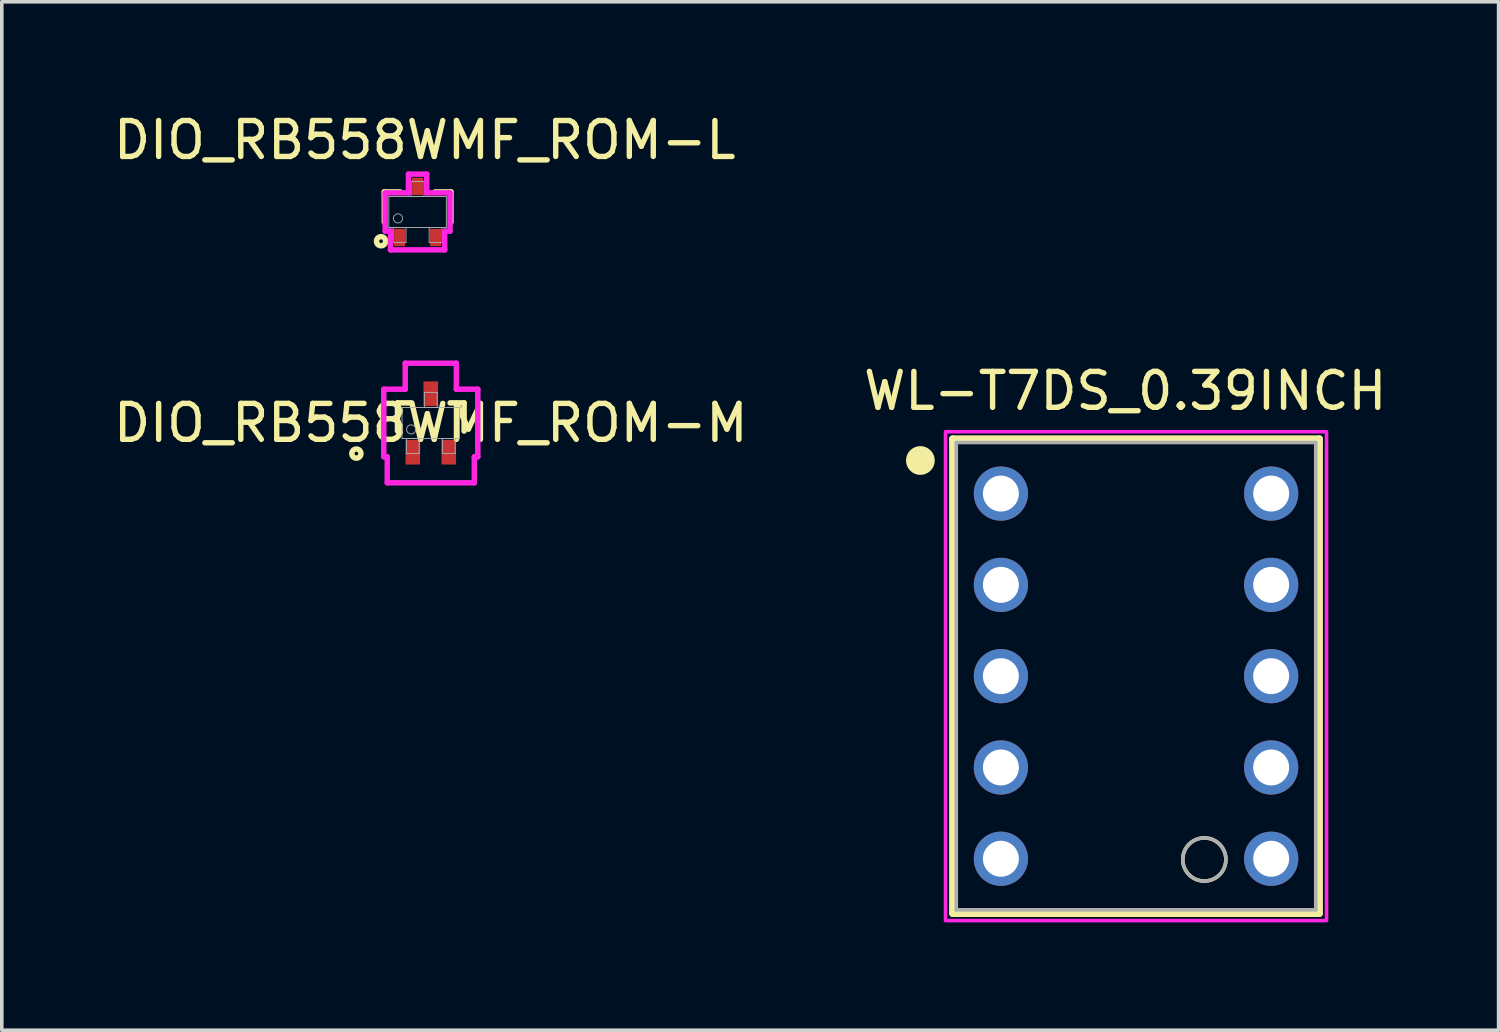
<source format=kicad_pcb>
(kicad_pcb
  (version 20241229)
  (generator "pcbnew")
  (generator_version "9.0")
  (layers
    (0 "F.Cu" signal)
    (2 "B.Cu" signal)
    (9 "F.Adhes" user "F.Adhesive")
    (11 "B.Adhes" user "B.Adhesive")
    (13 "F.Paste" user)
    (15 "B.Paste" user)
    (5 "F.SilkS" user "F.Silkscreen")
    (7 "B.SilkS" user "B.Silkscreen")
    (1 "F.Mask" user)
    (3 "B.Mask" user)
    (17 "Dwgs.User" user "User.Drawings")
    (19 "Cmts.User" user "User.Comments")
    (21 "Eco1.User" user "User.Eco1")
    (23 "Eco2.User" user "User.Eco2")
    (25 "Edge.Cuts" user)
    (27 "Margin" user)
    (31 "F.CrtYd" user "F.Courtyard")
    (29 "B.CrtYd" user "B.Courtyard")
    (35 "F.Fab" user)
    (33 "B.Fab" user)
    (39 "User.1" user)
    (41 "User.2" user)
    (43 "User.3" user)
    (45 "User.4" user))
  (footprint "WL-T7DS_0.39INCH"
    (layer "F.Cu")
    (at 28.556 15.762)
    (property "Reference" "WL-T7DS_0.39INCH" (at -0.3 -7.935 0) (layer "F.SilkS") (effects (font (size 1 1) (thickness 0.15))))
    (attr through_hole)
    (fp_line (start -5.1 -6.6) (end 5.1 -6.6) (stroke (width 0.2) (type solid)) (layer "F.SilkS"))
    (fp_line (start -5.1 6.6) (end -5.1 -6.6) (stroke (width 0.2) (type solid)) (layer "F.SilkS"))
    (fp_line (start 5.1 -6.6) (end 5.1 6.6) (stroke (width 0.2) (type solid)) (layer "F.SilkS"))
    (fp_line (start 5.1 6.6) (end -5.1 6.6) (stroke (width 0.2) (type solid)) (layer "F.SilkS"))
    (fp_circle (center -6 -6) (end -5.8 -6) (stroke (width 0.4) (type solid)) (fill no) (layer "F.SilkS"))
    (fp_circle (center 1.9 5.1) (end 2.5 5.1) (stroke (width 0.1) (type solid)) (fill no) (layer "F.SilkS"))
    (fp_poly (pts (xy 5.3 6.8) (xy -5.3 6.8) (xy -5.3 -6.8) (xy 5.3 -6.8)) (stroke (width 0.1) (type solid)) (fill no) (layer "F.CrtYd"))
    (fp_line (start -5 -6.5) (end 5 -6.5) (stroke (width 0.1) (type solid)) (layer "F.Fab"))
    (fp_line (start -5 6.5) (end -5 -6.5) (stroke (width 0.1) (type solid)) (layer "F.Fab"))
    (fp_line (start 5 -6.5) (end 5 6.5) (stroke (width 0.1) (type solid)) (layer "F.Fab"))
    (fp_line (start 5 6.5) (end -5 6.5) (stroke (width 0.1) (type solid)) (layer "F.Fab"))
    (fp_circle (center 1.9 5.1) (end 2.5 5.1) (stroke (width 0.1) (type solid)) (fill no) (layer "F.Fab"))
    (pad "1" thru_hole circle (at -3.76 -5.08) (size 1.508 1.508) (drill 1) (layers "*.Cu" "*.Mask"))
    (pad "2" thru_hole circle (at -3.76 -2.54) (size 1.508 1.508) (drill 1) (layers "*.Cu" "*.Mask"))
    (pad "3" thru_hole circle (at -3.76 0) (size 1.508 1.508) (drill 1) (layers "*.Cu" "*.Mask"))
    (pad "4" thru_hole circle (at -3.76 2.54) (size 1.508 1.508) (drill 1) (layers "*.Cu" "*.Mask"))
    (pad "5" thru_hole circle (at -3.76 5.08) (size 1.508 1.508) (drill 1) (layers "*.Cu" "*.Mask"))
    (pad "6" thru_hole circle (at 3.76 5.08) (size 1.508 1.508) (drill 1) (layers "*.Cu" "*.Mask"))
    (pad "7" thru_hole circle (at 3.76 2.54) (size 1.508 1.508) (drill 1) (layers "*.Cu" "*.Mask"))
    (pad "8" thru_hole circle (at 3.76 0) (size 1.508 1.508) (drill 1) (layers "*.Cu" "*.Mask"))
    (pad "9" thru_hole circle (at 3.76 -2.54) (size 1.508 1.508) (drill 1) (layers "*.Cu" "*.Mask"))
    (pad "10" thru_hole circle (at 3.76 -5.08) (size 1.508 1.508) (drill 1) (layers "*.Cu" "*.Mask")))
  (footprint "DIO_RB558WMF_ROM-M"
    (layer "F.Cu")
    (at 8.935 8.718)
    (property "Reference" "DIO_RB558WMF_ROM-M" (at 0 0 0) (unlocked yes) (layer "F.SilkS") (effects (font (size 1 1) (thickness 0.15))))
    (attr smd)
    (fp_line (start -0.927 -0.559) (end -0.927 0.224) (stroke (width 0.152) (type solid)) (layer "F.SilkS"))
    (fp_line (start -0.536 -0.559) (end -0.927 -0.559) (stroke (width 0.152) (type solid)) (layer "F.SilkS"))
    (fp_line (start 0.927 -0.559) (end 0.536 -0.559) (stroke (width 0.152) (type solid)) (layer "F.SilkS"))
    (fp_line (start 0.927 0.224) (end 0.927 -0.559) (stroke (width 0.152) (type solid)) (layer "F.SilkS"))
    (fp_circle (center -2.07 0.851) (end -1.943 0.851) (stroke (width 0.152) (type solid)) (fill no) (layer "F.SilkS"))
    (fp_line (start -1.308 -0.94) (end -0.711 -0.94) (stroke (width 0.152) (type solid)) (layer "F.CrtYd"))
    (fp_line (start -1.308 0.94) (end -1.308 -0.94) (stroke (width 0.152) (type solid)) (layer "F.CrtYd"))
    (fp_line (start -1.308 0.94) (end -1.211 0.94) (stroke (width 0.152) (type solid)) (layer "F.CrtYd"))
    (fp_line (start -1.211 0.94) (end -1.211 1.664) (stroke (width 0.152) (type solid)) (layer "F.CrtYd"))
    (fp_line (start -1.211 1.664) (end 1.211 1.664) (stroke (width 0.152) (type solid)) (layer "F.CrtYd"))
    (fp_line (start -0.711 -1.664) (end 0.711 -1.664) (stroke (width 0.152) (type solid)) (layer "F.CrtYd"))
    (fp_line (start -0.711 -0.94) (end -0.711 -1.664) (stroke (width 0.152) (type solid)) (layer "F.CrtYd"))
    (fp_line (start 0.711 -0.94) (end 0.711 -1.664) (stroke (width 0.152) (type solid)) (layer "F.CrtYd"))
    (fp_line (start 1.211 0.94) (end 1.211 1.664) (stroke (width 0.152) (type solid)) (layer "F.CrtYd"))
    (fp_line (start 1.308 -0.94) (end 0.711 -0.94) (stroke (width 0.152) (type solid)) (layer "F.CrtYd"))
    (fp_line (start 1.308 -0.94) (end 1.308 0.94) (stroke (width 0.152) (type solid)) (layer "F.CrtYd"))
    (fp_line (start 1.308 0.94) (end 1.211 0.94) (stroke (width 0.152) (type solid)) (layer "F.CrtYd"))
    (fp_line (start -0.8 -0.432) (end -0.8 0.432) (stroke (width 0.025) (type solid)) (layer "F.Fab"))
    (fp_line (start -0.8 0.432) (end 0.8 0.432) (stroke (width 0.025) (type solid)) (layer "F.Fab"))
    (fp_line (start -0.678 0.432) (end -0.678 0.851) (stroke (width 0.025) (type solid)) (layer "F.Fab"))
    (fp_line (start -0.678 0.851) (end -0.322 0.851) (stroke (width 0.025) (type solid)) (layer "F.Fab"))
    (fp_line (start -0.322 0.432) (end -0.678 0.432) (stroke (width 0.025) (type solid)) (layer "F.Fab"))
    (fp_line (start -0.322 0.851) (end -0.322 0.432) (stroke (width 0.025) (type solid)) (layer "F.Fab"))
    (fp_line (start -0.178 -0.851) (end -0.178 -0.432) (stroke (width 0.025) (type solid)) (layer "F.Fab"))
    (fp_line (start -0.178 -0.432) (end 0.178 -0.432) (stroke (width 0.025) (type solid)) (layer "F.Fab"))
    (fp_line (start 0.178 -0.851) (end -0.178 -0.851) (stroke (width 0.025) (type solid)) (layer "F.Fab"))
    (fp_line (start 0.178 -0.432) (end 0.178 -0.851) (stroke (width 0.025) (type solid)) (layer "F.Fab"))
    (fp_line (start 0.322 0.432) (end 0.322 0.851) (stroke (width 0.025) (type solid)) (layer "F.Fab"))
    (fp_line (start 0.322 0.851) (end 0.678 0.851) (stroke (width 0.025) (type solid)) (layer "F.Fab"))
    (fp_line (start 0.678 0.432) (end 0.322 0.432) (stroke (width 0.025) (type solid)) (layer "F.Fab"))
    (fp_line (start 0.678 0.851) (end 0.678 0.432) (stroke (width 0.025) (type solid)) (layer "F.Fab"))
    (fp_line (start 0.8 -0.432) (end -0.8 -0.432) (stroke (width 0.025) (type solid)) (layer "F.Fab"))
    (fp_line (start 0.8 0.432) (end 0.8 -0.432) (stroke (width 0.025) (type solid)) (layer "F.Fab"))
    (fp_circle (center -0.546 0.178) (end -0.419 0.178) (stroke (width 0.025) (type solid)) (fill no) (layer "F.Fab"))
    (pad "1" smd rect (at -0.5 0.813) (size 0.406 0.686) (layers "F.Cu" "F.Mask" "F.Paste"))
    (pad "2" smd rect (at 0.5 0.813) (size 0.406 0.686) (layers "F.Cu" "F.Mask" "F.Paste"))
    (pad "3" smd rect (at 0 -0.813) (size 0.406 0.686) (layers "F.Cu" "F.Mask" "F.Paste")))
  (footprint "DIO_RB558WMF_ROM-L"
    (layer "F.Cu")
    (at 8.568 2.848)
    (property "Reference" "DIO_RB558WMF_ROM-L" (at 0.2 -2 0) (unlocked yes) (layer "F.SilkS") (effects (font (size 1 1) (thickness 0.15))))
    (attr smd)
    (fp_line (start -0.927 -0.559) (end -0.927 0.282) (stroke (width 0.152) (type solid)) (layer "F.SilkS"))
    (fp_line (start -0.485 -0.559) (end -0.927 -0.559) (stroke (width 0.152) (type solid)) (layer "F.SilkS"))
    (fp_line (start 0.927 -0.559) (end 0.485 -0.559) (stroke (width 0.152) (type solid)) (layer "F.SilkS"))
    (fp_line (start 0.927 0.282) (end 0.927 -0.559) (stroke (width 0.152) (type solid)) (layer "F.SilkS"))
    (fp_circle (center -1.016 0.813) (end -0.889 0.813) (stroke (width 0.152) (type solid)) (fill no) (layer "F.SilkS"))
    (fp_line (start -0.902 -0.533) (end -0.254 -0.533) (stroke (width 0.152) (type solid)) (layer "F.CrtYd"))
    (fp_line (start -0.902 0.533) (end -0.902 -0.533) (stroke (width 0.152) (type solid)) (layer "F.CrtYd"))
    (fp_line (start -0.902 0.533) (end -0.754 0.533) (stroke (width 0.152) (type solid)) (layer "F.CrtYd"))
    (fp_line (start -0.754 0.533) (end -0.754 1.054) (stroke (width 0.152) (type solid)) (layer "F.CrtYd"))
    (fp_line (start -0.754 1.054) (end 0.754 1.054) (stroke (width 0.152) (type solid)) (layer "F.CrtYd"))
    (fp_line (start -0.254 -1.054) (end 0.254 -1.054) (stroke (width 0.152) (type solid)) (layer "F.CrtYd"))
    (fp_line (start -0.254 -0.533) (end -0.254 -1.054) (stroke (width 0.152) (type solid)) (layer "F.CrtYd"))
    (fp_line (start 0.254 -0.533) (end 0.254 -1.054) (stroke (width 0.152) (type solid)) (layer "F.CrtYd"))
    (fp_line (start 0.754 0.533) (end 0.754 1.054) (stroke (width 0.152) (type solid)) (layer "F.CrtYd"))
    (fp_line (start 0.902 -0.533) (end 0.254 -0.533) (stroke (width 0.152) (type solid)) (layer "F.CrtYd"))
    (fp_line (start 0.902 -0.533) (end 0.902 0.533) (stroke (width 0.152) (type solid)) (layer "F.CrtYd"))
    (fp_line (start 0.902 0.533) (end 0.754 0.533) (stroke (width 0.152) (type solid)) (layer "F.CrtYd"))
    (fp_line (start -0.8 -0.432) (end -0.8 0.432) (stroke (width 0.025) (type solid)) (layer "F.Fab"))
    (fp_line (start -0.8 0.432) (end 0.8 0.432) (stroke (width 0.025) (type solid)) (layer "F.Fab"))
    (fp_line (start -0.678 0.432) (end -0.678 0.851) (stroke (width 0.025) (type solid)) (layer "F.Fab"))
    (fp_line (start -0.678 0.851) (end -0.322 0.851) (stroke (width 0.025) (type solid)) (layer "F.Fab"))
    (fp_line (start -0.322 0.432) (end -0.678 0.432) (stroke (width 0.025) (type solid)) (layer "F.Fab"))
    (fp_line (start -0.322 0.851) (end -0.322 0.432) (stroke (width 0.025) (type solid)) (layer "F.Fab"))
    (fp_line (start -0.178 -0.851) (end -0.178 -0.432) (stroke (width 0.025) (type solid)) (layer "F.Fab"))
    (fp_line (start -0.178 -0.432) (end 0.178 -0.432) (stroke (width 0.025) (type solid)) (layer "F.Fab"))
    (fp_line (start 0.178 -0.851) (end -0.178 -0.851) (stroke (width 0.025) (type solid)) (layer "F.Fab"))
    (fp_line (start 0.178 -0.432) (end 0.178 -0.851) (stroke (width 0.025) (type solid)) (layer "F.Fab"))
    (fp_line (start 0.322 0.432) (end 0.322 0.851) (stroke (width 0.025) (type solid)) (layer "F.Fab"))
    (fp_line (start 0.322 0.851) (end 0.678 0.851) (stroke (width 0.025) (type solid)) (layer "F.Fab"))
    (fp_line (start 0.678 0.432) (end 0.322 0.432) (stroke (width 0.025) (type solid)) (layer "F.Fab"))
    (fp_line (start 0.678 0.851) (end 0.678 0.432) (stroke (width 0.025) (type solid)) (layer "F.Fab"))
    (fp_line (start 0.8 -0.432) (end -0.8 -0.432) (stroke (width 0.025) (type solid)) (layer "F.Fab"))
    (fp_line (start 0.8 0.432) (end 0.8 -0.432) (stroke (width 0.025) (type solid)) (layer "F.Fab"))
    (fp_circle (center -0.546 0.178) (end -0.419 0.178) (stroke (width 0.025) (type solid)) (fill no) (layer "F.Fab"))
    (pad "1" smd rect (at 0 -0.711) (size 0.305 0.483) (layers "F.Cu" "F.Mask" "F.Paste"))
    (pad "2" smd rect (at -0.5 0.711) (size 0.305 0.483) (layers "F.Cu" "F.Mask" "F.Paste"))
    (pad "3" smd rect (at 0.5 0.711) (size 0.305 0.483) (layers "F.Cu" "F.Mask" "F.Paste")))
  (gr_rect
    (start -3 -3)
    (end 38.643 25.612)
    (stroke (width 0.1) (type default))
    (fill no)
    (layer "Edge.Cuts")))
</source>
